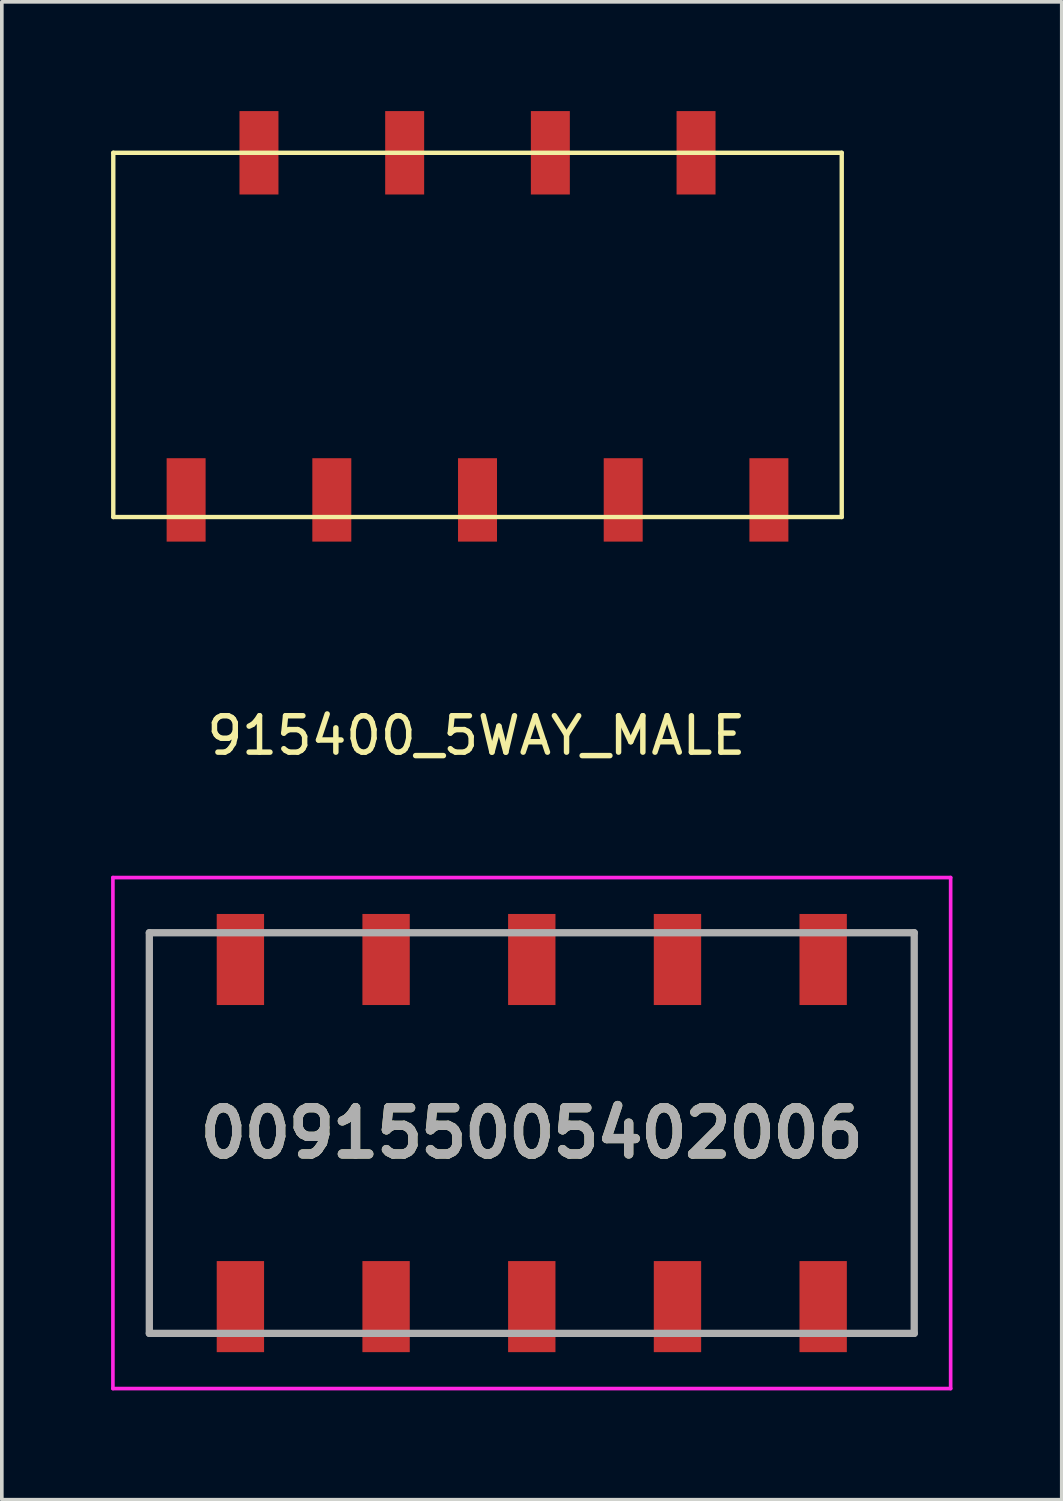
<source format=kicad_pcb>
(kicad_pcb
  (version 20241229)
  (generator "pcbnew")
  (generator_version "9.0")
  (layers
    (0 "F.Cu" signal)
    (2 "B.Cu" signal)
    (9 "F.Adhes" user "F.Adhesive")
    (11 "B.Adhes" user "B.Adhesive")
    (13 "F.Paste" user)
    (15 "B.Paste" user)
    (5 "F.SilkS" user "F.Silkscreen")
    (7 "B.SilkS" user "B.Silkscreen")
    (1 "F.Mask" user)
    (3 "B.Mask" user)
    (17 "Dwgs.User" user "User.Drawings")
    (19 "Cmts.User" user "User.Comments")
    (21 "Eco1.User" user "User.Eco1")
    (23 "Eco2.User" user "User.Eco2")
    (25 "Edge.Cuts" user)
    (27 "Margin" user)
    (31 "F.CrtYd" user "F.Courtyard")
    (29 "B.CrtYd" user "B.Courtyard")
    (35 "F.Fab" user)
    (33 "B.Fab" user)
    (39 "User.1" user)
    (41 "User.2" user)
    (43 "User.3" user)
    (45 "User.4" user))
  (footprint "009155005402006"
    (layer "F.Cu")
    (at 11.55 28.058)
    (property "Reference" "009155005402006" (at 0 0 0) (layer "F.SilkS") (effects (font (size 1.27 1.27) (thickness 0.254))))
    (attr smd)
    (fp_line (start -10.5 -5.5) (end -10.5 5.5) (stroke (width 0.1) (type solid)) (layer "F.SilkS"))
    (fp_line (start -10.5 5.5) (end -9.5 5.5) (stroke (width 0.1) (type solid)) (layer "F.SilkS"))
    (fp_line (start -9.5 -5.5) (end -10.5 -5.5) (stroke (width 0.1) (type solid)) (layer "F.SilkS"))
    (fp_line (start 9.5 -5.5) (end 10.5 -5.5) (stroke (width 0.1) (type solid)) (layer "F.SilkS"))
    (fp_line (start 10.5 -5.5) (end 10.5 5.5) (stroke (width 0.1) (type solid)) (layer "F.SilkS"))
    (fp_line (start 10.5 5.5) (end 9.5 5.5) (stroke (width 0.1) (type solid)) (layer "F.SilkS"))
    (fp_line (start -11.5 -7.015) (end 11.5 -7.015) (stroke (width 0.1) (type solid)) (layer "F.CrtYd"))
    (fp_line (start -11.5 7.015) (end -11.5 -7.015) (stroke (width 0.1) (type solid)) (layer "F.CrtYd"))
    (fp_line (start 11.5 -7.015) (end 11.5 7.015) (stroke (width 0.1) (type solid)) (layer "F.CrtYd"))
    (fp_line (start 11.5 7.015) (end -11.5 7.015) (stroke (width 0.1) (type solid)) (layer "F.CrtYd"))
    (fp_line (start -10.5 -5.5) (end 10.5 -5.5) (stroke (width 0.2) (type solid)) (layer "F.Fab"))
    (fp_line (start -10.5 5.5) (end -10.5 -5.5) (stroke (width 0.2) (type solid)) (layer "F.Fab"))
    (fp_line (start 10.5 -5.5) (end 10.5 5.5) (stroke (width 0.2) (type solid)) (layer "F.Fab"))
    (fp_line (start 10.5 5.5) (end -10.5 5.5) (stroke (width 0.2) (type solid)) (layer "F.Fab"))
    (fp_text user "${REFERENCE}" (at 0 0 0) (layer "F.Fab") (effects (font (size 1.27 1.27) (thickness 0.254))))
    (pad "1" smd rect (at 8 -4.765) (size 1.3 2.5) (layers "F.Cu" "F.Mask" "F.Paste"))
    (pad "1" smd rect (at 8 4.765) (size 1.3 2.5) (layers "F.Cu" "F.Mask" "F.Paste"))
    (pad "2" smd rect (at 4 -4.765) (size 1.3 2.5) (layers "F.Cu" "F.Mask" "F.Paste"))
    (pad "2" smd rect (at 4 4.765) (size 1.3 2.5) (layers "F.Cu" "F.Mask" "F.Paste"))
    (pad "3" smd rect (at 0 -4.765) (size 1.3 2.5) (layers "F.Cu" "F.Mask" "F.Paste"))
    (pad "3" smd rect (at 0 4.765) (size 1.3 2.5) (layers "F.Cu" "F.Mask" "F.Paste"))
    (pad "4" smd rect (at -4 -4.765) (size 1.3 2.5) (layers "F.Cu" "F.Mask" "F.Paste"))
    (pad "4" smd rect (at -4 4.765) (size 1.3 2.5) (layers "F.Cu" "F.Mask" "F.Paste"))
    (pad "5" smd rect (at -8 -4.765) (size 1.3 2.5) (layers "F.Cu" "F.Mask" "F.Paste"))
    (pad "5" smd rect (at -8 4.765) (size 1.3 2.5) (layers "F.Cu" "F.Mask" "F.Paste")))
  (footprint "915400_5WAY_MALE"
    (layer "F.Cu")
    (at 12.06 1.145)
    (property "Reference" "915400_5WAY_MALE" (at -2.032 16 0) (layer "F.SilkS") (effects (font (size 1 1) (thickness 0.15))))
    (attr through_hole)
    (fp_line (start -12 0) (end 8 0) (stroke (width 0.12) (type solid)) (layer "F.SilkS"))
    (fp_line (start -12 10) (end -12 0) (stroke (width 0.12) (type solid)) (layer "F.SilkS"))
    (fp_line (start 8 0) (end 8 10) (stroke (width 0.12) (type solid)) (layer "F.SilkS"))
    (fp_line (start 8 10) (end -12 10) (stroke (width 0.12) (type solid)) (layer "F.SilkS"))
    (pad "1" smd rect (at -10 9.53) (size 1.07 2.29) (layers "F.Cu" "F.Mask" "F.Paste"))
    (pad "1" smd rect (at -8 0) (size 1.07 2.29) (layers "F.Cu" "F.Mask" "F.Paste"))
    (pad "2" smd rect (at -6 9.53) (size 1.07 2.29) (layers "F.Cu" "F.Mask" "F.Paste"))
    (pad "2" smd rect (at -4 0) (size 1.07 2.29) (layers "F.Cu" "F.Mask" "F.Paste"))
    (pad "3" smd rect (at -2 9.53) (size 1.07 2.29) (layers "F.Cu" "F.Mask" "F.Paste"))
    (pad "3" smd rect (at 0 0) (size 1.07 2.29) (layers "F.Cu" "F.Mask" "F.Paste"))
    (pad "4" smd rect (at 2 9.53) (size 1.07 2.29) (layers "F.Cu" "F.Mask" "F.Paste"))
    (pad "4" smd rect (at 4 0) (size 1.07 2.29) (layers "F.Cu" "F.Mask" "F.Paste"))
    (pad "5" smd rect (at 6 9.53) (size 1.07 2.29) (layers "F.Cu" "F.Mask" "F.Paste")))
  (gr_rect
    (start -3 -3)
    (end 26.1 38.123)
    (stroke (width 0.1) (type default))
    (fill no)
    (layer "Edge.Cuts")))
</source>
